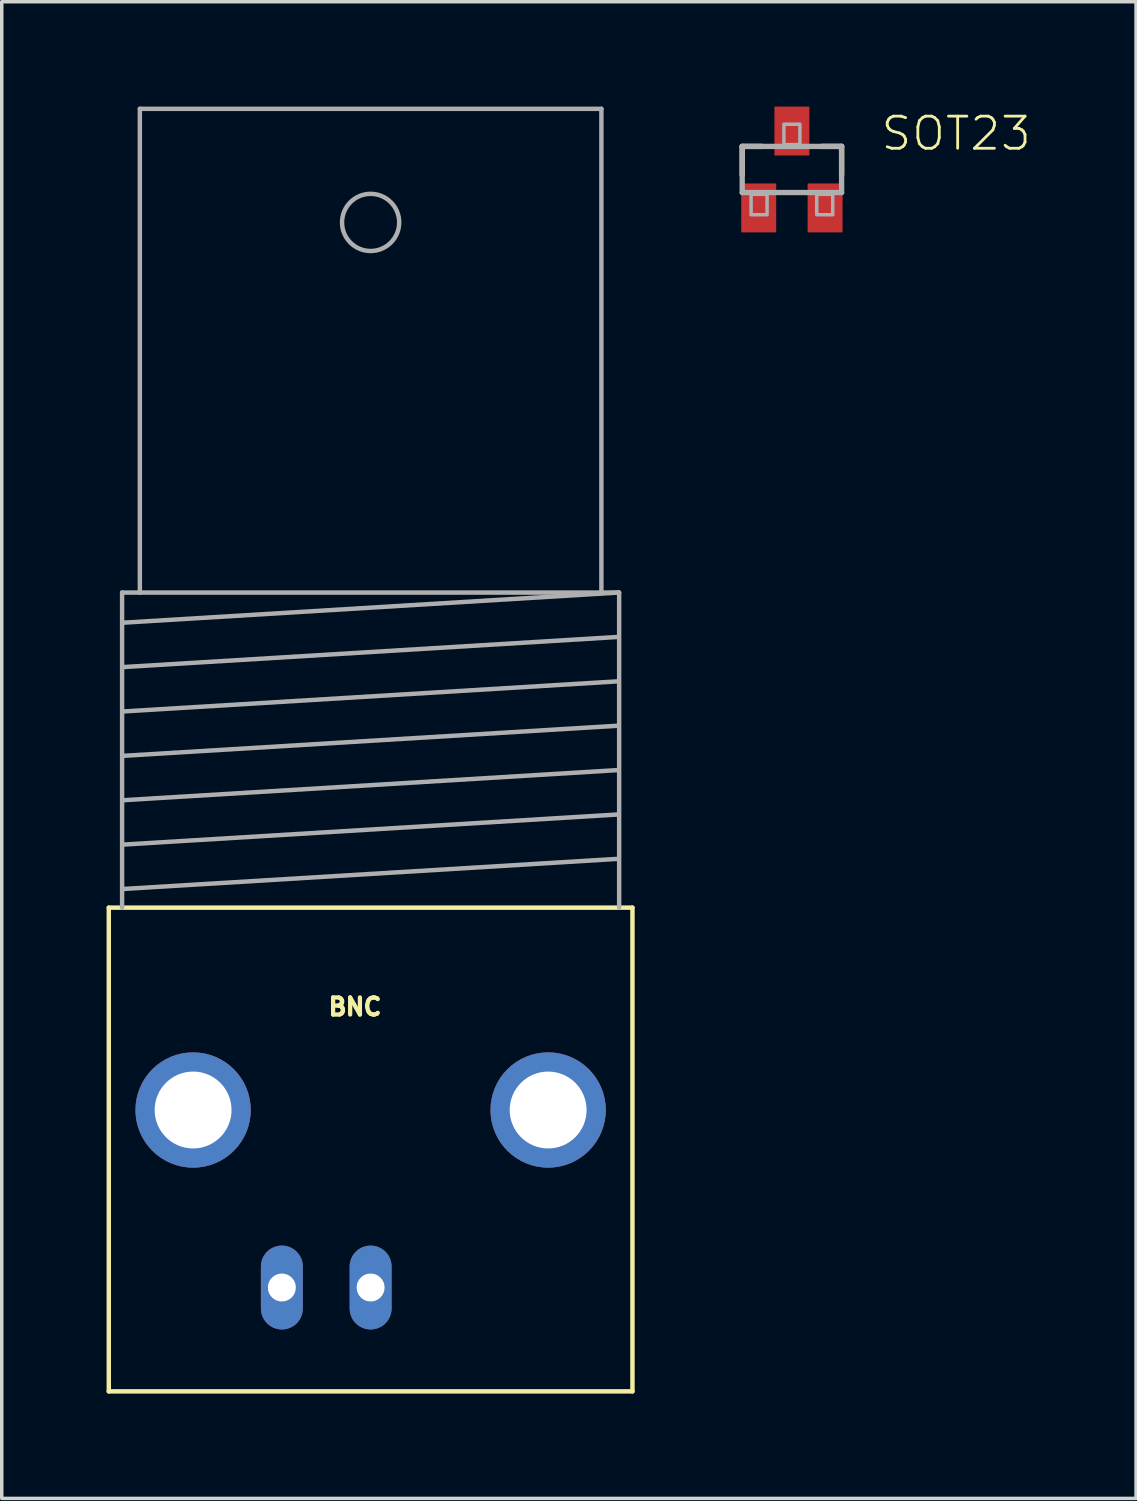
<source format=kicad_pcb>
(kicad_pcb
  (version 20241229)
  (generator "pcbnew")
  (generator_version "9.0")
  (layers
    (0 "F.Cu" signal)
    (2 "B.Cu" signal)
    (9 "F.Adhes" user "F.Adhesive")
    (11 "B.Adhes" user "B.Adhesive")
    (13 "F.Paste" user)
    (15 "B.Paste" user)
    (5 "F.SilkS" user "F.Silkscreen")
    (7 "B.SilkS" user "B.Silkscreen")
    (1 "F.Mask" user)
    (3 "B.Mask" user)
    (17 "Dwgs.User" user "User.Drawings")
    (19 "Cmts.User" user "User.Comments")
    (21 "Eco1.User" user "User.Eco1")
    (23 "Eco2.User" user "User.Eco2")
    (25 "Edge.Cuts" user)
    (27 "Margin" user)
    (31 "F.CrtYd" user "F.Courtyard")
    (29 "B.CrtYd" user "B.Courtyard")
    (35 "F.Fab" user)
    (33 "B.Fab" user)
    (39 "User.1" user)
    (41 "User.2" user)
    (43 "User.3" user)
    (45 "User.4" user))
  (footprint "SOT23"
    (layer "F.Cu")
    (at 19.612 1.8)
    (property "Reference" "SOT23" (at 2.5 -0.49 0) (unlocked yes) (layer "F.SilkS") (effects (font (size 0.92 0.92) (thickness 0.08)) (justify left bottom)))
    (fp_line (start -1.422 -0.66) (end -0.864 -0.66) (stroke (width 0.152) (type solid)) (layer "F.SilkS"))
    (fp_line (start -1.422 0.152) (end -1.422 -0.66) (stroke (width 0.152) (type solid)) (layer "F.SilkS"))
    (fp_line (start 0.864 -0.66) (end 1.422 -0.66) (stroke (width 0.152) (type solid)) (layer "F.SilkS"))
    (fp_line (start 1.422 -0.66) (end 1.422 0.152) (stroke (width 0.152) (type solid)) (layer "F.SilkS"))
    (fp_line (start -1.422 -0.66) (end 1.422 -0.66) (stroke (width 0.152) (type solid)) (layer "F.Fab"))
    (fp_line (start -1.422 0.66) (end -1.422 -0.66) (stroke (width 0.152) (type solid)) (layer "F.Fab"))
    (fp_line (start 1.422 -0.66) (end 1.422 0.66) (stroke (width 0.152) (type solid)) (layer "F.Fab"))
    (fp_line (start 1.422 0.66) (end -1.422 0.66) (stroke (width 0.152) (type solid)) (layer "F.Fab"))
    (fp_poly (pts (xy -1.168 1.295) (xy -0.711 1.295) (xy -0.711 0.711) (xy -1.168 0.711)) (stroke (width 0.1) (type default)) (fill no) (layer "F.Fab"))
    (fp_poly (pts (xy -0.229 -0.711) (xy 0.229 -0.711) (xy 0.229 -1.295) (xy -0.229 -1.295)) (stroke (width 0.1) (type default)) (fill no) (layer "F.Fab"))
    (fp_poly (pts (xy 0.711 1.295) (xy 1.168 1.295) (xy 1.168 0.711) (xy 0.711 0.711)) (stroke (width 0.1) (type default)) (fill no) (layer "F.Fab"))
    (pad "1" smd rect (at -0.95 1.1) (size 1 1.4) (layers "F.Cu" "F.Mask" "F.Paste"))
    (pad "2" smd rect (at 0.95 1.1) (size 1 1.4) (layers "F.Cu" "F.Mask" "F.Paste"))
    (pad "3" smd rect (at 0 -1.1) (size 1 1.4) (layers "F.Cu" "F.Mask" "F.Paste")))
  (footprint "BNC"
    (layer "F.Cu")
    (at 7.556 33.795)
    (property "Reference" "BNC" (at -1.27 -7.747 0) (unlocked yes) (layer "F.SilkS") (effects (font (size 0.488 0.488) (thickness 0.122)) (justify left bottom)))
    (fp_line (start -7.493 -10.871) (end -7.493 2.972) (stroke (width 0.127) (type solid)) (layer "F.SilkS"))
    (fp_line (start -7.493 2.972) (end 7.493 2.972) (stroke (width 0.127) (type solid)) (layer "F.SilkS"))
    (fp_line (start 7.493 -10.871) (end -7.493 -10.871) (stroke (width 0.127) (type solid)) (layer "F.SilkS"))
    (fp_line (start 7.493 2.972) (end 7.493 -10.871) (stroke (width 0.127) (type solid)) (layer "F.SilkS"))
    (fp_line (start -7.112 -19.888) (end -6.604 -19.888) (stroke (width 0.127) (type solid)) (layer "F.Fab"))
    (fp_line (start -7.112 -10.871) (end -7.112 -19.888) (stroke (width 0.127) (type solid)) (layer "F.Fab"))
    (fp_line (start -7.087 -19.025) (end 7.087 -19.888) (stroke (width 0.127) (type solid)) (layer "F.Fab"))
    (fp_line (start -7.087 -17.755) (end 7.087 -18.618) (stroke (width 0.127) (type solid)) (layer "F.Fab"))
    (fp_line (start -7.087 -16.485) (end 7.087 -17.348) (stroke (width 0.127) (type solid)) (layer "F.Fab"))
    (fp_line (start -7.087 -15.215) (end 7.087 -16.078) (stroke (width 0.127) (type solid)) (layer "F.Fab"))
    (fp_line (start -7.087 -13.945) (end 7.087 -14.808) (stroke (width 0.127) (type solid)) (layer "F.Fab"))
    (fp_line (start -7.087 -12.675) (end 7.087 -13.538) (stroke (width 0.127) (type solid)) (layer "F.Fab"))
    (fp_line (start -7.087 -11.405) (end 7.087 -12.268) (stroke (width 0.127) (type solid)) (layer "F.Fab"))
    (fp_line (start -6.604 -33.731) (end -6.604 -19.888) (stroke (width 0.127) (type solid)) (layer "F.Fab"))
    (fp_line (start -6.604 -19.888) (end 6.604 -19.888) (stroke (width 0.127) (type solid)) (layer "F.Fab"))
    (fp_line (start 6.604 -33.731) (end -6.604 -33.731) (stroke (width 0.127) (type solid)) (layer "F.Fab"))
    (fp_line (start 6.604 -19.888) (end 6.604 -33.731) (stroke (width 0.127) (type solid)) (layer "F.Fab"))
    (fp_line (start 6.604 -19.888) (end 7.087 -19.888) (stroke (width 0.127) (type solid)) (layer "F.Fab"))
    (fp_line (start 7.087 -19.888) (end 7.112 -19.888) (stroke (width 0.127) (type solid)) (layer "F.Fab"))
    (fp_line (start 7.112 -19.888) (end 7.112 -10.871) (stroke (width 0.127) (type solid)) (layer "F.Fab"))
    (fp_circle (center 0 -30.48) (end 0.818 -30.48) (stroke (width 0.127) (type solid)) (fill no) (layer "F.Fab"))
    (pad "3" thru_hole circle (at -5.08 -5.08) (size 3.3 3.3) (drill 2.2) (layers "*.Cu" "*.Mask"))
    (pad "4" thru_hole circle (at 5.08 -5.08) (size 3.3 3.3) (drill 2.2) (layers "*.Cu" "*.Mask"))
    (pad "GND" thru_hole oval (at -2.54 0 90) (size 2.4 1.2) (drill 0.8) (layers "*.Cu" "*.Mask"))
    (pad "S" thru_hole oval (at 0 0 90) (size 2.4 1.2) (drill 0.8) (layers "*.Cu" "*.Mask")))
  (gr_rect
    (start -3 -3)
    (end 29.461 39.83)
    (stroke (width 0.1) (type default))
    (fill no)
    (layer "Edge.Cuts")))
</source>
